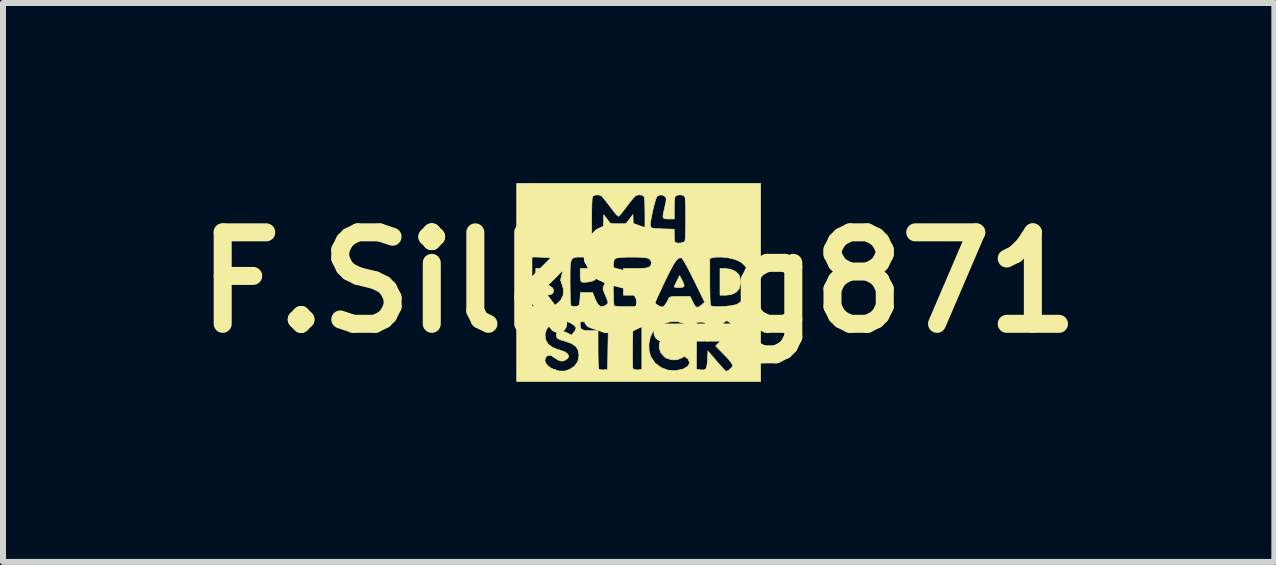
<source format=kicad_pcb>
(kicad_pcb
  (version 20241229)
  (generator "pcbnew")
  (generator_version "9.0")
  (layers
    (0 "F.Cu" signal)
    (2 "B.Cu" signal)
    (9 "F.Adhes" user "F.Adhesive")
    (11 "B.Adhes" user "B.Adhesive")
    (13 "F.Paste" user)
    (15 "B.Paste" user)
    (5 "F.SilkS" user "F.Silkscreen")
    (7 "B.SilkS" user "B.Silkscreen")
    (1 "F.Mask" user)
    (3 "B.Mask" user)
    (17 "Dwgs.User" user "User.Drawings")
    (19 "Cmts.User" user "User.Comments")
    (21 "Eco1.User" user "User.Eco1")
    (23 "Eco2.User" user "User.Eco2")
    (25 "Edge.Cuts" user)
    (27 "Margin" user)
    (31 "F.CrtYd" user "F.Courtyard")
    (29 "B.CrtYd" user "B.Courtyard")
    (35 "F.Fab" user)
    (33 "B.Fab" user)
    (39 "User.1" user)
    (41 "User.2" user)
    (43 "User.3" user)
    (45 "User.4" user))
  (footprint "F.SilkS_g871"
    (layer "F.Cu")
    (at 7.591 1.656)
    (property "Reference" "F.SilkS_g871" (at 0 0 0) (layer "F.SilkS") (effects (font (size 1.524 1.524) (thickness 0.3))))
    (attr through_hole)
    (fp_poly (pts (xy 0.721 -0.041) (xy 0.753 0.025) (xy 0.757 0.063) (xy 0.732 0.08) (xy 0.677 0.085) (xy 0.624 0.082) (xy 0.595 0.076) (xy 0.593 0.073) (xy 0.601 0.049) (xy 0.624 0.001) (xy 0.638 -0.026) (xy 0.682 -0.114) (xy 0.721 -0.041)) (stroke (width 0.01) (type solid)) (fill yes) (layer "F.SilkS"))
    (fp_poly (pts (xy 1.536 -0.219) (xy 1.617 -0.182) (xy 1.671 -0.128) (xy 1.674 -0.124) (xy 1.689 -0.073) (xy 1.697 -0.006) (xy 1.697 0.008) (xy 1.678 0.098) (xy 1.625 0.163) (xy 1.543 0.202) (xy 1.46 0.212) (xy 1.355 0.212) (xy 1.355 -0.233) (xy 1.44 -0.233) (xy 1.536 -0.219)) (stroke (width 0.01) (type solid)) (fill yes) (layer "F.SilkS"))
    (fp_poly (pts (xy -0.791 -0.225) (xy -0.741 -0.201) (xy -0.734 -0.194) (xy -0.703 -0.137) (xy -0.705 -0.079) (xy -0.73 -0.042) (xy -0.77 -0.024) (xy -0.829 -0.01) (xy -0.892 -0.003) (xy -0.941 -0.005) (xy -0.958 -0.012) (xy -0.967 -0.041) (xy -0.973 -0.097) (xy -0.974 -0.131) (xy -0.974 -0.233) (xy -0.871 -0.233) (xy -0.791 -0.225)) (stroke (width 0.01) (type solid)) (fill yes) (layer "F.SilkS"))
    (fp_poly (pts (xy -1.512 -0.224) (xy -1.46 -0.2) (xy -1.447 -0.16) (xy -1.451 -0.142) (xy -1.48 -0.113) (xy -1.526 -0.095) (xy -1.571 -0.077) (xy -1.587 -0.042) (xy -1.587 -0.019) (xy -1.581 0.025) (xy -1.556 0.041) (xy -1.536 0.042) (xy -1.485 0.055) (xy -1.441 0.086) (xy -1.418 0.122) (xy -1.418 0.127) (xy -1.425 0.171) (xy -1.452 0.197) (xy -1.507 0.209) (xy -1.579 0.212) (xy -1.714 0.212) (xy -1.714 -0.233) (xy -1.601 -0.233) (xy -1.512 -0.224)) (stroke (width 0.01) (type solid)) (fill yes) (layer "F.SilkS"))
    (fp_poly (pts (xy 2.032 1.651) (xy -2.032 1.651) (xy -2.032 1.305) (xy -1.563 1.305) (xy -1.538 1.361) (xy -1.482 1.413) (xy -1.434 1.44) (xy -1.329 1.475) (xy -1.233 1.476) (xy -1.156 1.452) (xy -1.068 1.395) (xy -1.013 1.314) (xy -0.995 1.215) (xy -1.007 1.13) (xy -1.047 1.065) (xy -1.119 1.016) (xy -1.228 0.978) (xy -1.302 0.957) (xy -1.344 0.938) (xy -1.365 0.915) (xy -1.372 0.884) (xy -1.362 0.835) (xy -1.323 0.811) (xy -1.263 0.812) (xy -1.193 0.839) (xy -1.119 0.878) (xy -1.077 0.828) (xy -1.05 0.785) (xy -1.043 0.755) (xy -1.043 0.755) (xy -1.073 0.716) (xy -1.13 0.678) (xy -1.185 0.656) (xy -0.974 0.656) (xy -0.974 0.717) (xy -0.968 0.76) (xy -0.944 0.786) (xy -0.896 0.8) (xy -0.816 0.804) (xy -0.792 0.804) (xy -0.677 0.804) (xy -0.677 1.118) (xy -0.676 1.23) (xy -0.674 1.326) (xy -0.67 1.399) (xy -0.665 1.441) (xy -0.662 1.447) (xy -0.632 1.456) (xy -0.583 1.456) (xy -0.519 1.45) (xy -0.513 1.159) (xy -0.102 1.159) (xy -0.102 1.267) (xy -0.101 1.355) (xy -0.099 1.413) (xy -0.096 1.435) (xy -0.067 1.455) (xy -0.016 1.457) (xy 0.053 1.45) (xy 0.053 1.017) (xy 0.171 1.017) (xy 0.173 1.131) (xy 0.2 1.233) (xy 0.202 1.237) (xy 0.273 1.341) (xy 0.37 1.416) (xy 0.484 1.46) (xy 0.607 1.471) (xy 0.732 1.445) (xy 0.768 1.429) (xy 0.828 1.387) (xy 0.847 1.336) (xy 0.826 1.282) (xy 0.806 1.261) (xy 0.772 1.236) (xy 0.743 1.24) (xy 0.716 1.257) (xy 0.64 1.288) (xy 0.55 1.289) (xy 0.465 1.263) (xy 0.426 1.237) (xy 0.366 1.165) (xy 0.341 1.087) (xy 0.348 1.009) (xy 0.381 0.938) (xy 0.436 0.88) (xy 0.507 0.842) (xy 0.59 0.829) (xy 0.681 0.849) (xy 0.704 0.86) (xy 0.75 0.881) (xy 0.779 0.878) (xy 0.811 0.847) (xy 0.82 0.837) (xy 0.85 0.791) (xy 0.847 0.753) (xy 0.809 0.716) (xy 0.753 0.683) (xy 0.698 0.667) (xy 0.963 0.667) (xy 0.963 1.45) (xy 1.042 1.456) (xy 1.086 1.457) (xy 1.114 1.446) (xy 1.132 1.414) (xy 1.141 1.356) (xy 1.148 1.263) (xy 1.148 1.254) (xy 1.154 1.142) (xy 1.299 1.312) (xy 1.36 1.382) (xy 1.411 1.438) (xy 1.446 1.473) (xy 1.458 1.482) (xy 1.484 1.471) (xy 1.519 1.449) (xy 1.555 1.412) (xy 1.566 1.38) (xy 1.552 1.351) (xy 1.514 1.3) (xy 1.459 1.238) (xy 1.424 1.202) (xy 1.282 1.058) (xy 1.424 0.915) (xy 1.486 0.849) (xy 1.534 0.791) (xy 1.562 0.749) (xy 1.566 0.735) (xy 1.55 0.699) (xy 1.511 0.663) (xy 1.489 0.648) (xy 1.473 0.639) (xy 1.456 0.641) (xy 1.433 0.656) (xy 1.4 0.689) (xy 1.351 0.744) (xy 1.28 0.825) (xy 1.244 0.868) (xy 1.143 0.984) (xy 1.143 0.844) (xy 1.138 0.75) (xy 1.121 0.692) (xy 1.087 0.664) (xy 1.033 0.659) (xy 1.023 0.66) (xy 0.963 0.667) (xy 0.698 0.667) (xy 0.649 0.652) (xy 0.533 0.653) (xy 0.418 0.685) (xy 0.314 0.744) (xy 0.24 0.817) (xy 0.194 0.907) (xy 0.171 1.017) (xy 0.053 1.017) (xy 0.053 0.667) (xy -0.095 0.667) (xy -0.101 1.036) (xy -0.102 1.159) (xy -0.513 1.159) (xy -0.513 1.127) (xy -0.507 0.804) (xy -0.382 0.804) (xy -0.289 0.798) (xy -0.233 0.779) (xy -0.224 0.771) (xy -0.197 0.741) (xy -0.193 0.719) (xy -0.203 0.69) (xy -0.213 0.678) (xy -0.235 0.669) (xy -0.276 0.663) (xy -0.34 0.659) (xy -0.435 0.657) (xy -0.564 0.656) (xy -0.595 0.656) (xy -0.974 0.656) (xy -1.185 0.656) (xy -1.199 0.65) (xy -1.232 0.642) (xy -1.335 0.639) (xy -1.423 0.67) (xy -1.478 0.71) (xy -1.536 0.782) (xy -1.56 0.866) (xy -1.551 0.95) (xy -1.51 1.025) (xy -1.443 1.077) (xy -1.373 1.108) (xy -1.304 1.13) (xy -1.296 1.132) (xy -1.232 1.155) (xy -1.184 1.19) (xy -1.164 1.227) (xy -1.164 1.228) (xy -1.182 1.264) (xy -1.225 1.296) (xy -1.275 1.312) (xy -1.28 1.312) (xy -1.329 1.299) (xy -1.385 1.266) (xy -1.395 1.258) (xy -1.461 1.217) (xy -1.514 1.217) (xy -1.552 1.252) (xy -1.563 1.305) (xy -2.032 1.305) (xy -2.032 -0.029) (xy -1.884 -0.029) (xy -1.884 -0.003) (xy -1.883 0.119) (xy -1.881 0.227) (xy -1.878 0.312) (xy -1.874 0.368) (xy -1.87 0.388) (xy -1.844 0.394) (xy -1.785 0.399) (xy -1.704 0.402) (xy -1.645 0.402) (xy -1.532 0.4) (xy -1.453 0.392) (xy -1.399 0.378) (xy -1.377 0.368) (xy -1.302 0.301) (xy -1.259 0.214) (xy -1.252 0.116) (xy -1.281 0.02) (xy -1.289 -0.003) (xy -1.143 -0.003) (xy -1.142 0.12) (xy -1.14 0.227) (xy -1.137 0.312) (xy -1.132 0.369) (xy -1.128 0.389) (xy -1.098 0.398) (xy -1.049 0.398) (xy -1.011 0.392) (xy -0.991 0.374) (xy -0.982 0.335) (xy -0.978 0.28) (xy -0.971 0.169) (xy -0.767 0.169) (xy -0.72 0.286) (xy -0.68 0.363) (xy -0.637 0.401) (xy -0.588 0.4) (xy -0.539 0.373) (xy -0.518 0.355) (xy -0.511 0.334) (xy -0.52 0.3) (xy -0.544 0.24) (xy -0.553 0.219) (xy -0.581 0.151) (xy -0.594 0.108) (xy -0.591 0.077) (xy -0.575 0.044) (xy -0.568 0.032) (xy -0.555 -0.003) (xy -0.423 -0.003) (xy -0.423 0.119) (xy -0.42 0.227) (xy -0.417 0.312) (xy -0.413 0.368) (xy -0.409 0.388) (xy -0.381 0.396) (xy -0.319 0.401) (xy -0.236 0.403) (xy -0.14 0.403) (xy -0.041 0.401) (xy 0.051 0.396) (xy 0.126 0.39) (xy 0.175 0.382) (xy 0.186 0.377) (xy 0.206 0.339) (xy 0.275 0.339) (xy 0.292 0.361) (xy 0.333 0.389) (xy 0.333 0.389) (xy 0.378 0.408) (xy 0.408 0.403) (xy 0.427 0.388) (xy 0.46 0.346) (xy 0.487 0.295) (xy 0.502 0.264) (xy 0.52 0.246) (xy 0.552 0.237) (xy 0.608 0.233) (xy 0.686 0.233) (xy 0.858 0.233) (xy 0.9 0.322) (xy 0.936 0.387) (xy 0.968 0.414) (xy 1.005 0.407) (xy 1.045 0.377) (xy 1.1 0.328) (xy 0.923 -0.034) (xy 0.866 -0.148) (xy 0.814 -0.249) (xy 0.769 -0.329) (xy 0.736 -0.384) (xy 0.722 -0.401) (xy 1.185 -0.401) (xy 1.185 -0.014) (xy 1.186 0.11) (xy 1.188 0.219) (xy 1.191 0.307) (xy 1.195 0.365) (xy 1.199 0.388) (xy 1.233 0.399) (xy 1.297 0.404) (xy 1.379 0.403) (xy 1.468 0.396) (xy 1.551 0.386) (xy 1.618 0.371) (xy 1.641 0.362) (xy 1.747 0.294) (xy 1.822 0.204) (xy 1.866 0.099) (xy 1.88 -0.014) (xy 1.863 -0.125) (xy 1.813 -0.229) (xy 1.731 -0.317) (xy 1.682 -0.351) (xy 1.6 -0.385) (xy 1.494 -0.41) (xy 1.382 -0.423) (xy 1.282 -0.422) (xy 1.241 -0.415) (xy 1.185 -0.401) (xy 0.722 -0.401) (xy 0.718 -0.407) (xy 0.717 -0.407) (xy 0.687 -0.411) (xy 0.656 -0.396) (xy 0.621 -0.36) (xy 0.58 -0.298) (xy 0.53 -0.206) (xy 0.467 -0.081) (xy 0.442 -0.029) (xy 0.389 0.083) (xy 0.343 0.182) (xy 0.306 0.262) (xy 0.283 0.317) (xy 0.275 0.339) (xy 0.206 0.339) (xy 0.207 0.336) (xy 0.212 0.302) (xy 0.201 0.264) (xy 0.164 0.237) (xy 0.098 0.22) (xy -0.002 0.213) (xy -0.075 0.212) (xy -0.254 0.212) (xy -0.254 0.085) (xy -0.11 0.085) (xy -0.016 0.08) (xy 0.044 0.065) (xy 0.075 0.036) (xy 0.085 -0.012) (xy 0.085 -0.015) (xy 0.068 -0.06) (xy 0.016 -0.089) (xy -0.072 -0.104) (xy -0.139 -0.106) (xy -0.205 -0.107) (xy -0.239 -0.114) (xy -0.252 -0.133) (xy -0.254 -0.169) (xy -0.254 -0.233) (xy -0.047 -0.233) (xy 0.063 -0.235) (xy 0.137 -0.243) (xy 0.182 -0.259) (xy 0.205 -0.287) (xy 0.212 -0.327) (xy 0.212 -0.333) (xy 0.194 -0.38) (xy 0.157 -0.403) (xy 0.109 -0.413) (xy 0.033 -0.419) (xy -0.061 -0.422) (xy -0.16 -0.422) (xy -0.254 -0.419) (xy -0.33 -0.413) (xy -0.378 -0.404) (xy -0.382 -0.401) (xy -0.397 -0.391) (xy -0.408 -0.373) (xy -0.415 -0.343) (xy -0.42 -0.293) (xy -0.422 -0.217) (xy -0.423 -0.11) (xy -0.423 -0.003) (xy -0.555 -0.003) (xy -0.541 -0.04) (xy -0.529 -0.128) (xy -0.529 -0.133) (xy -0.535 -0.205) (xy -0.558 -0.259) (xy -0.598 -0.308) (xy -0.667 -0.366) (xy -0.753 -0.402) (xy -0.866 -0.42) (xy -0.949 -0.423) (xy -1.015 -0.423) (xy -1.064 -0.418) (xy -1.099 -0.404) (xy -1.121 -0.374) (xy -1.135 -0.323) (xy -1.141 -0.246) (xy -1.143 -0.137) (xy -1.143 -0.003) (xy -1.289 -0.003) (xy -1.301 -0.038) (xy -1.292 -0.083) (xy -1.269 -0.167) (xy -1.288 -0.253) (xy -1.341 -0.332) (xy -1.377 -0.369) (xy -1.408 -0.393) (xy -1.447 -0.406) (xy -1.504 -0.414) (xy -1.591 -0.419) (xy -1.603 -0.419) (xy -1.698 -0.424) (xy -1.768 -0.423) (xy -1.819 -0.413) (xy -1.852 -0.388) (xy -1.871 -0.342) (xy -1.881 -0.27) (xy -1.884 -0.168) (xy -1.884 -0.029) (xy -2.032 -0.029) (xy -2.032 -1.018) (xy -0.783 -1.018) (xy -0.782 -0.909) (xy -0.78 -0.813) (xy -0.776 -0.739) (xy -0.772 -0.695) (xy -0.77 -0.69) (xy -0.739 -0.664) (xy -0.686 -0.656) (xy -0.634 -0.663) (xy -0.609 -0.687) (xy -0.604 -0.704) (xy -0.598 -0.746) (xy -0.593 -0.818) (xy -0.588 -0.906) (xy -0.587 -0.939) (xy -0.582 -1.127) (xy -0.481 -0.996) (xy -0.417 -0.921) (xy -0.367 -0.881) (xy -0.321 -0.878) (xy -0.272 -0.91) (xy -0.212 -0.979) (xy -0.191 -1.005) (xy -0.095 -1.132) (xy -0.09 -0.942) (xy -0.086 -0.827) (xy -0.08 -0.748) (xy -0.07 -0.698) (xy -0.054 -0.67) (xy -0.028 -0.659) (xy 0.008 -0.656) (xy 0.009 -0.656) (xy 0.068 -0.666) (xy 0.093 -0.69) (xy 0.098 -0.723) (xy 0.101 -0.79) (xy 0.104 -0.881) (xy 0.105 -0.95) (xy 0.194 -0.95) (xy 0.2 -0.926) (xy 0.214 -0.911) (xy 0.245 -0.902) (xy 0.302 -0.897) (xy 0.392 -0.894) (xy 0.397 -0.893) (xy 0.593 -0.887) (xy 0.593 -0.786) (xy 0.595 -0.723) (xy 0.602 -0.68) (xy 0.607 -0.67) (xy 0.643 -0.656) (xy 0.696 -0.657) (xy 0.745 -0.669) (xy 0.77 -0.69) (xy 0.775 -0.723) (xy 0.779 -0.79) (xy 0.781 -0.881) (xy 0.783 -0.987) (xy 0.783 -1.099) (xy 0.782 -1.207) (xy 0.78 -1.303) (xy 0.776 -1.378) (xy 0.772 -1.422) (xy 0.77 -1.427) (xy 0.741 -1.452) (xy 0.692 -1.461) (xy 0.641 -1.454) (xy 0.608 -1.432) (xy 0.606 -1.427) (xy 0.599 -1.391) (xy 0.595 -1.325) (xy 0.593 -1.243) (xy 0.593 -1.226) (xy 0.593 -1.058) (xy 0.497 -1.058) (xy 0.447 -1.06) (xy 0.417 -1.069) (xy 0.405 -1.094) (xy 0.409 -1.142) (xy 0.427 -1.22) (xy 0.436 -1.26) (xy 0.454 -1.339) (xy 0.459 -1.389) (xy 0.451 -1.42) (xy 0.444 -1.429) (xy 0.401 -1.456) (xy 0.348 -1.457) (xy 0.307 -1.434) (xy 0.3 -1.423) (xy 0.282 -1.377) (xy 0.261 -1.303) (xy 0.239 -1.214) (xy 0.219 -1.122) (xy 0.203 -1.038) (xy 0.194 -0.975) (xy 0.194 -0.95) (xy 0.105 -0.95) (xy 0.105 -0.987) (xy 0.105 -1.099) (xy 0.104 -1.207) (xy 0.102 -1.303) (xy 0.099 -1.378) (xy 0.094 -1.422) (xy 0.093 -1.427) (xy 0.062 -1.453) (xy 0.013 -1.46) (xy -0.02 -1.457) (xy -0.051 -1.443) (xy -0.085 -1.411) (xy -0.131 -1.356) (xy -0.188 -1.281) (xy -0.244 -1.207) (xy -0.292 -1.147) (xy -0.326 -1.11) (xy -0.338 -1.101) (xy -0.357 -1.117) (xy -0.395 -1.159) (xy -0.445 -1.222) (xy -0.477 -1.265) (xy -0.533 -1.337) (xy -0.58 -1.397) (xy -0.613 -1.435) (xy -0.623 -1.444) (xy -0.669 -1.459) (xy -0.721 -1.457) (xy -0.762 -1.439) (xy -0.77 -1.427) (xy -0.775 -1.393) (xy -0.779 -1.326) (xy -0.781 -1.235) (xy -0.783 -1.129) (xy -0.783 -1.018) (xy -2.032 -1.018) (xy -2.032 -1.651) (xy 2.032 -1.651) (xy 2.032 1.651)) (stroke (width 0.01) (type solid)) (fill yes) (layer "F.SilkS")))
  (gr_rect
    (start -3 -3)
    (end 18.182 6.312)
    (stroke (width 0.1) (type default))
    (fill no)
    (layer "Edge.Cuts")))
</source>
